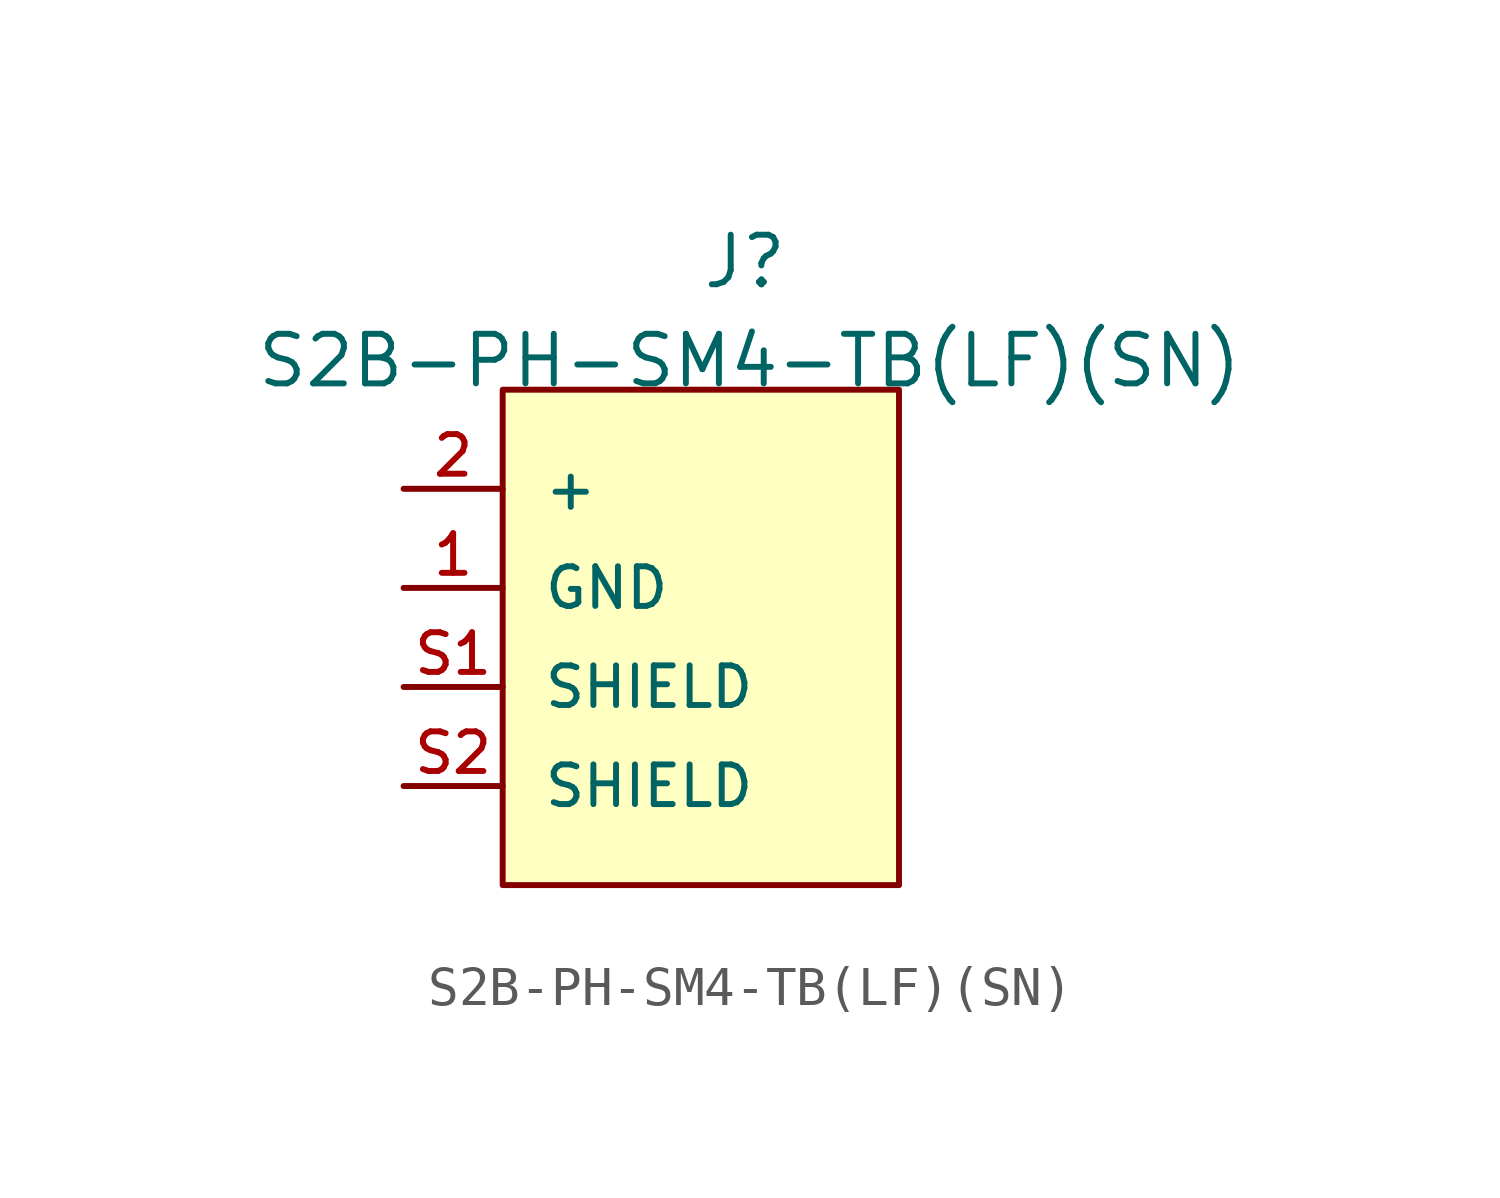
<source format=kicad_sym>
(kicad_symbol_lib
  (version 20211014)
  (generator kicad_symbol_editor)
  (symbol "S2B-PH-SM4-TB(LF)(SN)"
    (pin_names
      (offset 1.016))
    (property "Reference" "J"
      (at 0 7.62 0)
      (effects (font (size 1.27 1.27)) (justify left bottom)))
    (property "Value" "S2B-PH-SM4-TB(LF)(SN)"
      (at -11.43 5.08 0)
      (effects (font (size 1.27 1.27)) (justify left bottom)))
    (symbol "S2B-PH-SM4-TB(LF)(SN)_0_0"
      (rectangle (start -5.08 -7.62) (end 5.08 5.08) (stroke (width 0.152) (type default) (color 0 0 0 0)) (fill (type background)))
      (pin passive line (at -7.62 0 0) (length 2.54) (name "GND" (effects (font (size 1.016 1.016)))) (number "1" (effects (font (size 1.016 1.016)))))
      (pin passive line (at -7.62 2.54 0) (length 2.54) (name "+" (effects (font (size 1.016 1.016)))) (number "2" (effects (font (size 1.016 1.016)))))
      (pin passive line (at -7.62 -2.54 0) (length 2.54) (name "SHIELD" (effects (font (size 1.016 1.016)))) (number "S1" (effects (font (size 1.016 1.016)))))
      (pin passive line (at -7.62 -5.08 0) (length 2.54) (name "SHIELD" (effects (font (size 1.016 1.016)))) (number "S2" (effects (font (size 1.016 1.016))))))))
</source>
